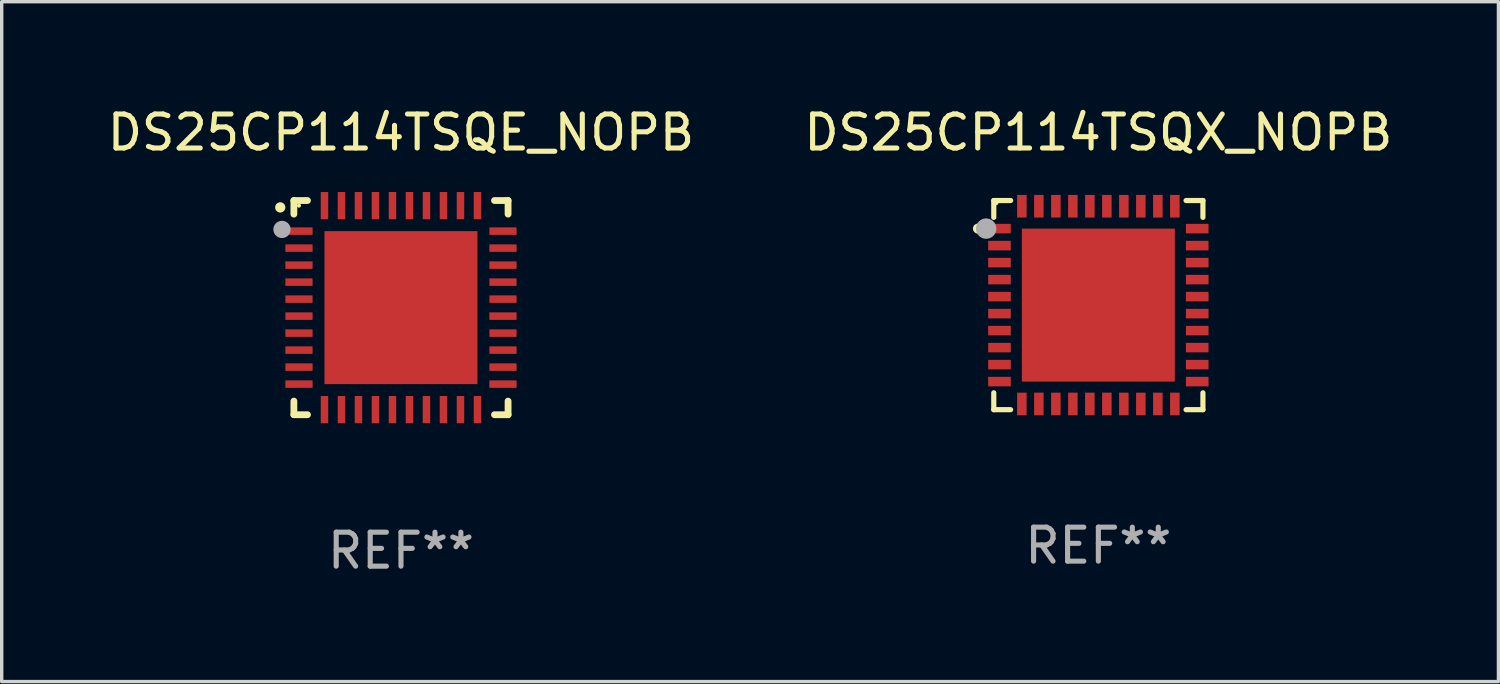
<source format=kicad_pcb>
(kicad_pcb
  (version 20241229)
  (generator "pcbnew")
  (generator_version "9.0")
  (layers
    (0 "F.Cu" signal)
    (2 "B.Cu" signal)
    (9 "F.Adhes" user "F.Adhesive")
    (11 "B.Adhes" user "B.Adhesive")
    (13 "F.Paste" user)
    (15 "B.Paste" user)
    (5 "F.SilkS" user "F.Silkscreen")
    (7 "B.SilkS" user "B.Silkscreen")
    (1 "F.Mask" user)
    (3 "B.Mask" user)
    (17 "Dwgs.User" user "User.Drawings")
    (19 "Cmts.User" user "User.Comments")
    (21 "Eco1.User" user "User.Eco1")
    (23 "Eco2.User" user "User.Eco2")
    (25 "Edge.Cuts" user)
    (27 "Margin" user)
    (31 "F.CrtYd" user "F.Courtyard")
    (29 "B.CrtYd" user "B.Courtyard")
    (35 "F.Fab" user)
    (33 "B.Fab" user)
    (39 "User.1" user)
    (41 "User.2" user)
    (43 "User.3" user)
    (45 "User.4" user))
  (footprint "DS25CP114TSQX_NOPB"
    (layer "F.Cu")
    (at 29.256 5.924)
    (property "Reference" "DS25CP114TSQX_NOPB" (at 0 -5.076 0) (layer "F.SilkS") (effects (font (size 1 1) (thickness 0.15))))
    (attr through_hole)
    (fp_line (start -3.076 -3.076) (end -3.076 -2.58) (stroke (width 0.152) (type solid)) (layer "F.SilkS"))
    (fp_line (start -3.076 3.076) (end -3.076 2.58) (stroke (width 0.152) (type solid)) (layer "F.SilkS"))
    (fp_line (start -2.58 -3.076) (end -3.076 -3.076) (stroke (width 0.152) (type solid)) (layer "F.SilkS"))
    (fp_line (start -2.58 3.076) (end -3.076 3.076) (stroke (width 0.152) (type solid)) (layer "F.SilkS"))
    (fp_line (start 2.58 -3.076) (end 3.076 -3.076) (stroke (width 0.152) (type solid)) (layer "F.SilkS"))
    (fp_line (start 2.58 3.076) (end 3.076 3.076) (stroke (width 0.152) (type solid)) (layer "F.SilkS"))
    (fp_line (start 3.076 -3.076) (end 3.076 -2.58) (stroke (width 0.152) (type solid)) (layer "F.SilkS"))
    (fp_line (start 3.076 3.076) (end 3.076 2.58) (stroke (width 0.152) (type solid)) (layer "F.SilkS"))
    (fp_circle (center -3.54 -2.25) (end -3.465 -2.25) (stroke (width 0.15) (type solid)) (fill no) (layer "F.SilkS"))
    (fp_circle (center -3 -3) (end -2.97 -3) (stroke (width 0.06) (type solid)) (fill no) (layer "F.SilkS"))
    (fp_circle (center -3.3 -2.25) (end -3.15 -2.25) (stroke (width 0.3) (type solid)) (fill no) (layer "F.Fab"))
    (fp_text user "REF**" (at 0 7.076 0) (layer "F.Fab") (effects (font (size 1 1) (thickness 0.15))))
    (pad "1" smd rect (at -2.908 -2.25) (size 0.665 0.28) (layers "F.Cu" "F.Mask" "F.Paste"))
    (pad "2" smd rect (at -2.908 -1.75) (size 0.665 0.28) (layers "F.Cu" "F.Mask" "F.Paste"))
    (pad "3" smd rect (at -2.908 -1.25) (size 0.665 0.28) (layers "F.Cu" "F.Mask" "F.Paste"))
    (pad "4" smd rect (at -2.908 -0.75) (size 0.665 0.28) (layers "F.Cu" "F.Mask" "F.Paste"))
    (pad "5" smd rect (at -2.908 -0.25) (size 0.665 0.28) (layers "F.Cu" "F.Mask" "F.Paste"))
    (pad "6" smd rect (at -2.908 0.25) (size 0.665 0.28) (layers "F.Cu" "F.Mask" "F.Paste"))
    (pad "7" smd rect (at -2.908 0.75) (size 0.665 0.28) (layers "F.Cu" "F.Mask" "F.Paste"))
    (pad "8" smd rect (at -2.908 1.25) (size 0.665 0.28) (layers "F.Cu" "F.Mask" "F.Paste"))
    (pad "9" smd rect (at -2.908 1.75) (size 0.665 0.28) (layers "F.Cu" "F.Mask" "F.Paste"))
    (pad "10" smd rect (at -2.908 2.25) (size 0.665 0.28) (layers "F.Cu" "F.Mask" "F.Paste"))
    (pad "11" smd rect (at -2.25 2.908) (size 0.28 0.665) (layers "F.Cu" "F.Mask" "F.Paste"))
    (pad "12" smd rect (at -1.75 2.908) (size 0.28 0.665) (layers "F.Cu" "F.Mask" "F.Paste"))
    (pad "13" smd rect (at -1.25 2.908) (size 0.28 0.665) (layers "F.Cu" "F.Mask" "F.Paste"))
    (pad "14" smd rect (at -0.75 2.908) (size 0.28 0.665) (layers "F.Cu" "F.Mask" "F.Paste"))
    (pad "15" smd rect (at -0.25 2.908) (size 0.28 0.665) (layers "F.Cu" "F.Mask" "F.Paste"))
    (pad "16" smd rect (at 0.25 2.908) (size 0.28 0.665) (layers "F.Cu" "F.Mask" "F.Paste"))
    (pad "17" smd rect (at 0.75 2.908) (size 0.28 0.665) (layers "F.Cu" "F.Mask" "F.Paste"))
    (pad "18" smd rect (at 1.25 2.908) (size 0.28 0.665) (layers "F.Cu" "F.Mask" "F.Paste"))
    (pad "19" smd rect (at 1.75 2.908) (size 0.28 0.665) (layers "F.Cu" "F.Mask" "F.Paste"))
    (pad "20" smd rect (at 2.25 2.908) (size 0.28 0.665) (layers "F.Cu" "F.Mask" "F.Paste"))
    (pad "21" smd rect (at 2.908 2.25) (size 0.665 0.28) (layers "F.Cu" "F.Mask" "F.Paste"))
    (pad "22" smd rect (at 2.908 1.75) (size 0.665 0.28) (layers "F.Cu" "F.Mask" "F.Paste"))
    (pad "23" smd rect (at 2.908 1.25) (size 0.665 0.28) (layers "F.Cu" "F.Mask" "F.Paste"))
    (pad "24" smd rect (at 2.908 0.75) (size 0.665 0.28) (layers "F.Cu" "F.Mask" "F.Paste"))
    (pad "25" smd rect (at 2.908 0.25) (size 0.665 0.28) (layers "F.Cu" "F.Mask" "F.Paste"))
    (pad "26" smd rect (at 2.908 -0.25) (size 0.665 0.28) (layers "F.Cu" "F.Mask" "F.Paste"))
    (pad "27" smd rect (at 2.908 -0.75) (size 0.665 0.28) (layers "F.Cu" "F.Mask" "F.Paste"))
    (pad "28" smd rect (at 2.908 -1.25) (size 0.665 0.28) (layers "F.Cu" "F.Mask" "F.Paste"))
    (pad "29" smd rect (at 2.908 -1.75) (size 0.665 0.28) (layers "F.Cu" "F.Mask" "F.Paste"))
    (pad "30" smd rect (at 2.908 -2.25) (size 0.665 0.28) (layers "F.Cu" "F.Mask" "F.Paste"))
    (pad "31" smd rect (at 2.25 -2.908) (size 0.28 0.665) (layers "F.Cu" "F.Mask" "F.Paste"))
    (pad "32" smd rect (at 1.75 -2.908) (size 0.28 0.665) (layers "F.Cu" "F.Mask" "F.Paste"))
    (pad "33" smd rect (at 1.25 -2.908) (size 0.28 0.665) (layers "F.Cu" "F.Mask" "F.Paste"))
    (pad "34" smd rect (at 0.75 -2.908) (size 0.28 0.665) (layers "F.Cu" "F.Mask" "F.Paste"))
    (pad "35" smd rect (at 0.25 -2.908) (size 0.28 0.665) (layers "F.Cu" "F.Mask" "F.Paste"))
    (pad "36" smd rect (at -0.25 -2.908) (size 0.28 0.665) (layers "F.Cu" "F.Mask" "F.Paste"))
    (pad "37" smd rect (at -0.75 -2.908) (size 0.28 0.665) (layers "F.Cu" "F.Mask" "F.Paste"))
    (pad "38" smd rect (at -1.25 -2.908) (size 0.28 0.665) (layers "F.Cu" "F.Mask" "F.Paste"))
    (pad "39" smd rect (at -1.75 -2.908) (size 0.28 0.665) (layers "F.Cu" "F.Mask" "F.Paste"))
    (pad "40" smd rect (at -2.25 -2.908) (size 0.28 0.665) (layers "F.Cu" "F.Mask" "F.Paste"))
    (pad "41" smd rect (at 0 0) (size 4.5 4.5) (layers "F.Cu" "F.Mask" "F.Paste")))
  (footprint "DS25CP114TSQE_NOPB"
    (layer "F.Cu")
    (at 8.744 5.998)
    (property "Reference" "DS25CP114TSQE_NOPB" (at 0 -5.15 0) (layer "F.SilkS") (effects (font (size 1 1) (thickness 0.15))))
    (attr through_hole)
    (fp_line (start -3.15 -3.15) (end -2.75 -3.15) (stroke (width 0.2) (type solid)) (layer "F.SilkS"))
    (fp_line (start -3.15 -2.75) (end -3.15 -3.15) (stroke (width 0.2) (type solid)) (layer "F.SilkS"))
    (fp_line (start -3.15 3.15) (end -3.15 2.75) (stroke (width 0.2) (type solid)) (layer "F.SilkS"))
    (fp_line (start -2.75 3.15) (end -3.15 3.15) (stroke (width 0.2) (type solid)) (layer "F.SilkS"))
    (fp_line (start 2.75 -3.15) (end 3.15 -3.15) (stroke (width 0.2) (type solid)) (layer "F.SilkS"))
    (fp_line (start 2.75 3.15) (end 3.15 3.15) (stroke (width 0.2) (type solid)) (layer "F.SilkS"))
    (fp_line (start 3.15 -3.15) (end 3.15 -2.75) (stroke (width 0.2) (type solid)) (layer "F.SilkS"))
    (fp_line (start 3.15 3.15) (end 3.15 2.75) (stroke (width 0.2) (type solid)) (layer "F.SilkS"))
    (fp_arc (start -3.550927 -2.946406) (mid -3.550932 -2.947676) (end -3.550927 -2.948946) (stroke (width 0.3) (type solid)) (layer "F.SilkS"))
    (fp_circle (center -3 -3) (end -2.97 -3) (stroke (width 0.06) (type solid)) (fill no) (layer "F.SilkS"))
    (fp_circle (center -3.5 -2.3) (end -3.373 -2.3) (stroke (width 0.254) (type solid)) (fill no) (layer "F.Fab"))
    (fp_text user "REF**" (at 0 7.15 0) (layer "F.Fab") (effects (font (size 1 1) (thickness 0.15))))
    (pad "1" smd rect (at -3 -2.25) (size 0.8 0.22) (layers "F.Cu" "F.Mask" "F.Paste"))
    (pad "2" smd rect (at -3 -1.75) (size 0.8 0.22) (layers "F.Cu" "F.Mask" "F.Paste"))
    (pad "3" smd rect (at -3 -1.25) (size 0.8 0.22) (layers "F.Cu" "F.Mask" "F.Paste"))
    (pad "4" smd rect (at -3 -0.75) (size 0.8 0.22) (layers "F.Cu" "F.Mask" "F.Paste"))
    (pad "5" smd rect (at -3 -0.25) (size 0.8 0.22) (layers "F.Cu" "F.Mask" "F.Paste"))
    (pad "6" smd rect (at -3 0.25) (size 0.8 0.22) (layers "F.Cu" "F.Mask" "F.Paste"))
    (pad "7" smd rect (at -3 0.75) (size 0.8 0.22) (layers "F.Cu" "F.Mask" "F.Paste"))
    (pad "8" smd rect (at -3 1.25) (size 0.8 0.22) (layers "F.Cu" "F.Mask" "F.Paste"))
    (pad "9" smd rect (at -3 1.75) (size 0.8 0.22) (layers "F.Cu" "F.Mask" "F.Paste"))
    (pad "10" smd rect (at -3 2.25) (size 0.8 0.22) (layers "F.Cu" "F.Mask" "F.Paste"))
    (pad "11" smd rect (at -2.25 3) (size 0.22 0.8) (layers "F.Cu" "F.Mask" "F.Paste"))
    (pad "12" smd rect (at -1.75 3) (size 0.22 0.8) (layers "F.Cu" "F.Mask" "F.Paste"))
    (pad "13" smd rect (at -1.25 3) (size 0.22 0.8) (layers "F.Cu" "F.Mask" "F.Paste"))
    (pad "14" smd rect (at -0.75 3) (size 0.22 0.8) (layers "F.Cu" "F.Mask" "F.Paste"))
    (pad "15" smd rect (at -0.25 3) (size 0.22 0.8) (layers "F.Cu" "F.Mask" "F.Paste"))
    (pad "16" smd rect (at 0.25 3) (size 0.22 0.8) (layers "F.Cu" "F.Mask" "F.Paste"))
    (pad "17" smd rect (at 0.75 3) (size 0.22 0.8) (layers "F.Cu" "F.Mask" "F.Paste"))
    (pad "18" smd rect (at 1.25 3) (size 0.22 0.8) (layers "F.Cu" "F.Mask" "F.Paste"))
    (pad "19" smd rect (at 1.75 3) (size 0.22 0.8) (layers "F.Cu" "F.Mask" "F.Paste"))
    (pad "20" smd rect (at 2.25 3) (size 0.22 0.8) (layers "F.Cu" "F.Mask" "F.Paste"))
    (pad "21" smd rect (at 3 2.25) (size 0.8 0.22) (layers "F.Cu" "F.Mask" "F.Paste"))
    (pad "22" smd rect (at 3 1.75) (size 0.8 0.22) (layers "F.Cu" "F.Mask" "F.Paste"))
    (pad "23" smd rect (at 3 1.25) (size 0.8 0.22) (layers "F.Cu" "F.Mask" "F.Paste"))
    (pad "24" smd rect (at 3 0.75) (size 0.8 0.22) (layers "F.Cu" "F.Mask" "F.Paste"))
    (pad "25" smd rect (at 3 0.25) (size 0.8 0.22) (layers "F.Cu" "F.Mask" "F.Paste"))
    (pad "26" smd rect (at 3 -0.25) (size 0.8 0.22) (layers "F.Cu" "F.Mask" "F.Paste"))
    (pad "27" smd rect (at 3 -0.75) (size 0.8 0.22) (layers "F.Cu" "F.Mask" "F.Paste"))
    (pad "28" smd rect (at 3 -1.25) (size 0.8 0.22) (layers "F.Cu" "F.Mask" "F.Paste"))
    (pad "29" smd rect (at 3 -1.75) (size 0.8 0.22) (layers "F.Cu" "F.Mask" "F.Paste"))
    (pad "30" smd rect (at 3 -2.25) (size 0.8 0.22) (layers "F.Cu" "F.Mask" "F.Paste"))
    (pad "31" smd rect (at 2.25 -3) (size 0.22 0.8) (layers "F.Cu" "F.Mask" "F.Paste"))
    (pad "32" smd rect (at 1.75 -3) (size 0.22 0.8) (layers "F.Cu" "F.Mask" "F.Paste"))
    (pad "33" smd rect (at 1.25 -3) (size 0.22 0.8) (layers "F.Cu" "F.Mask" "F.Paste"))
    (pad "34" smd rect (at 0.75 -3) (size 0.22 0.8) (layers "F.Cu" "F.Mask" "F.Paste"))
    (pad "35" smd rect (at 0.25 -3) (size 0.22 0.8) (layers "F.Cu" "F.Mask" "F.Paste"))
    (pad "36" smd rect (at -0.25 -3) (size 0.22 0.8) (layers "F.Cu" "F.Mask" "F.Paste"))
    (pad "37" smd rect (at -0.75 -3) (size 0.22 0.8) (layers "F.Cu" "F.Mask" "F.Paste"))
    (pad "38" smd rect (at -1.25 -3) (size 0.22 0.8) (layers "F.Cu" "F.Mask" "F.Paste"))
    (pad "39" smd rect (at -1.75 -3) (size 0.22 0.8) (layers "F.Cu" "F.Mask" "F.Paste"))
    (pad "40" smd rect (at -2.25 -3) (size 0.22 0.8) (layers "F.Cu" "F.Mask" "F.Paste"))
    (pad "41" smd rect (at -0.000102 0) (size 4.5 4.5) (layers "F.Cu" "F.Mask" "F.Paste")))
  (gr_rect
    (start -3 -3)
    (end 41.024 16.997)
    (stroke (width 0.1) (type default))
    (fill no)
    (layer "Edge.Cuts")))
</source>
